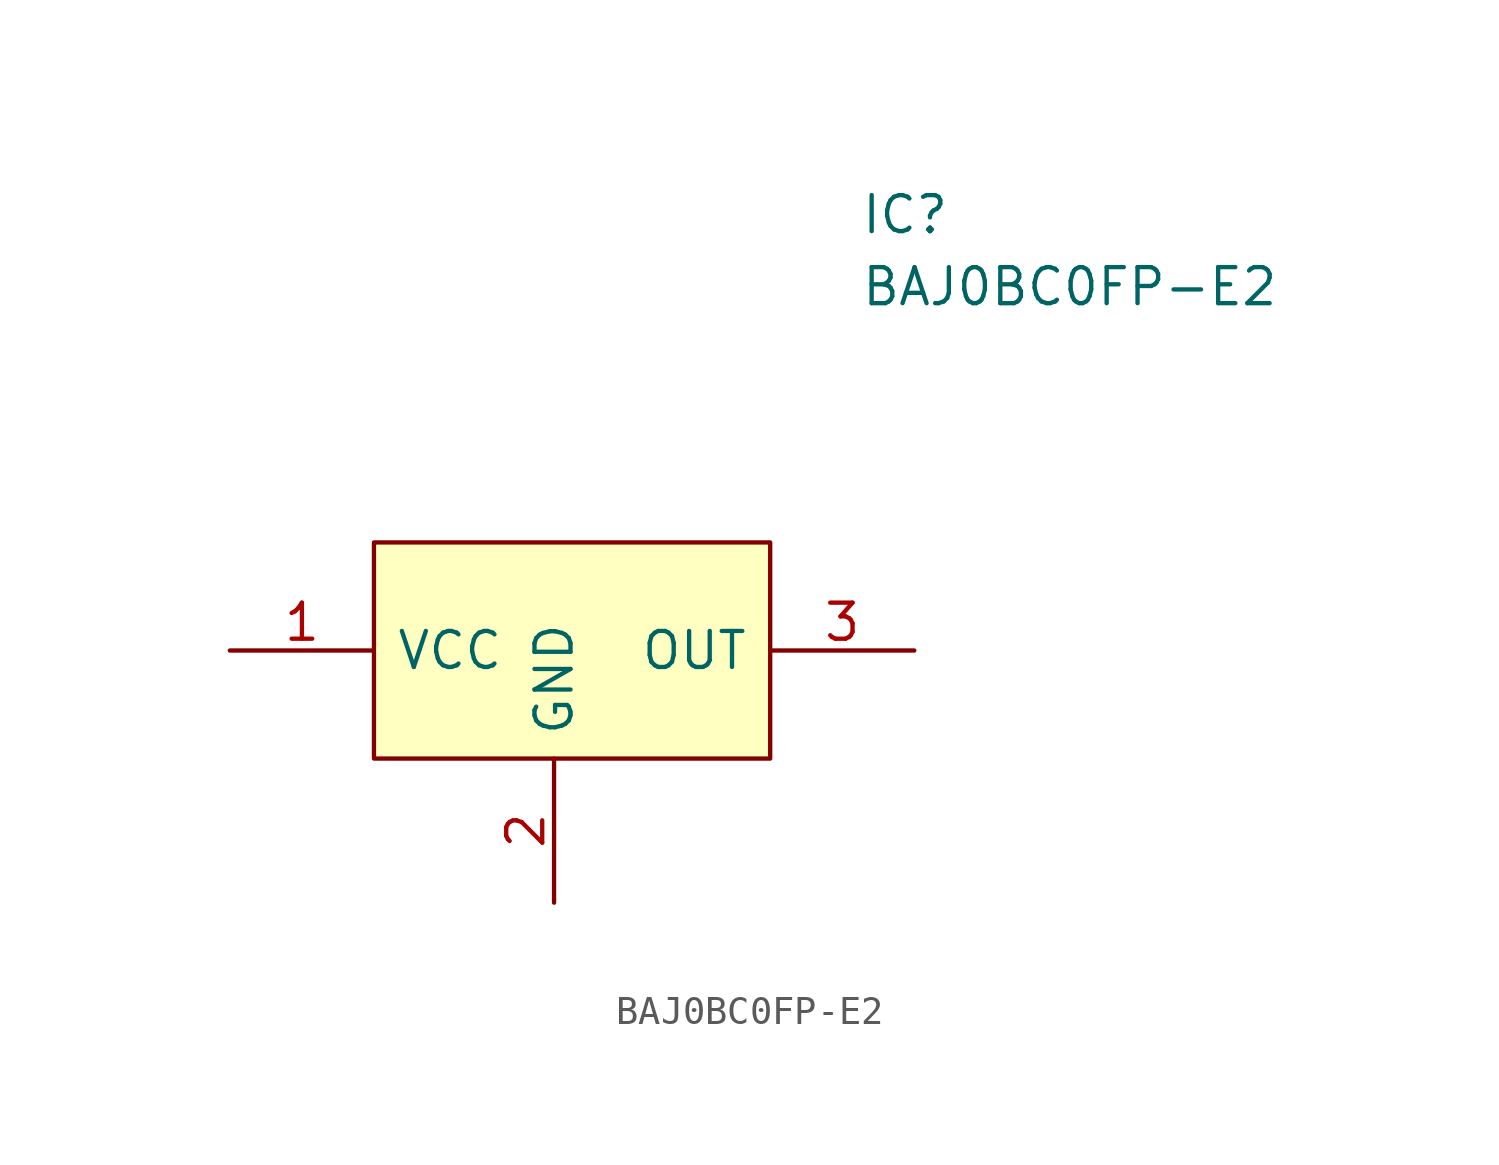
<source format=kicad_sym>
(kicad_symbol_lib
  (version 20211014)
  (generator kicad_symbol_editor)
  (symbol "BAJ0BC0FP-E2"
    (pin_names
      (offset 0.762))
    (property "Reference" "IC"
      (at 24.765 14.097 0)
      (effects (font (size 1.27 1.27)) (justify left)))
    (property "Value" "BAJ0BC0FP-E2"
      (at 24.765 11.557 0)
      (effects (font (size 1.27 1.27)) (justify left)))
    (symbol "BAJ0BC0FP-E2_0_0"
      (pin passive line (at 2.54 -1.27 0) (length 5.08) (name "VCC" (effects (font (size 1.27 1.27)))) (number "1" (effects (font (size 1.27 1.27)))))
      (pin passive line (at 13.97 -10.16 90) (length 5.08) (name "GND" (effects (font (size 1.27 1.27)))) (number "2" (effects (font (size 1.27 1.27)))))
      (pin passive line (at 26.67 -1.27 180) (length 5.08) (name "OUT" (effects (font (size 1.27 1.27)))) (number "3" (effects (font (size 1.27 1.27))))))
    (symbol "BAJ0BC0FP-E2_0_1"
      (rectangle (start 7.62 2.54) (end 21.59 -5.08) (stroke (width 0) (type default) (color 0 0 0 0)) (fill (type background))))))
</source>
